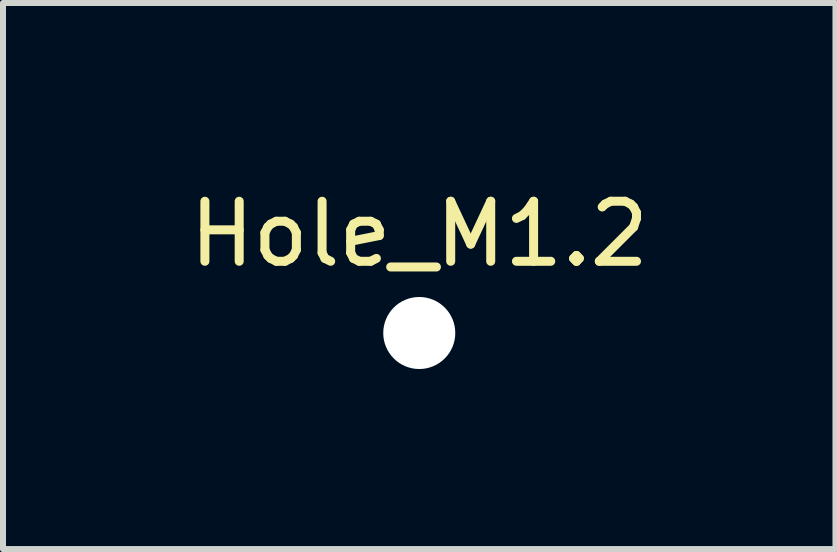
<source format=kicad_pcb>
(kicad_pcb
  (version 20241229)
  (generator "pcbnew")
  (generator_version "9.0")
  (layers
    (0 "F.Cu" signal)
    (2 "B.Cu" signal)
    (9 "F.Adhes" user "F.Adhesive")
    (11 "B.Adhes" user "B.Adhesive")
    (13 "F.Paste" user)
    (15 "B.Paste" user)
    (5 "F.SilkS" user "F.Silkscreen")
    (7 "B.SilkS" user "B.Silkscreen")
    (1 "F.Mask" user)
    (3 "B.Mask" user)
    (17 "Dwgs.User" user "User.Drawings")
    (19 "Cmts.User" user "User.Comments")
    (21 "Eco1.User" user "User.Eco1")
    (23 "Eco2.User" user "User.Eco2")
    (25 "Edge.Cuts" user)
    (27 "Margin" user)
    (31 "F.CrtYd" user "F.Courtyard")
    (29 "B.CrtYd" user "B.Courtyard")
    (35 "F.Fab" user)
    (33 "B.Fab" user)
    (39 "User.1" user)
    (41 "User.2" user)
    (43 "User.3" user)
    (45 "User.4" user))
  (footprint "Hole_M1.2"
    (layer "F.Cu")
    (at 3.935 2.498)
    (property "Reference" "Hole_M1.2" (at 0 -1.65 0) (unlocked yes) (layer "F.SilkS") (effects (font (size 1 1) (thickness 0.15))))
    (attr through_hole)
    (pad "" np_thru_hole circle (at 0 0) (size 1.2 1.2) (drill 1.2) (layers "*.Cu" "*.Mask")))
  (gr_rect
    (start -3 -3)
    (end 10.869 6.098)
    (stroke (width 0.1) (type default))
    (fill no)
    (layer "Edge.Cuts")))
</source>
